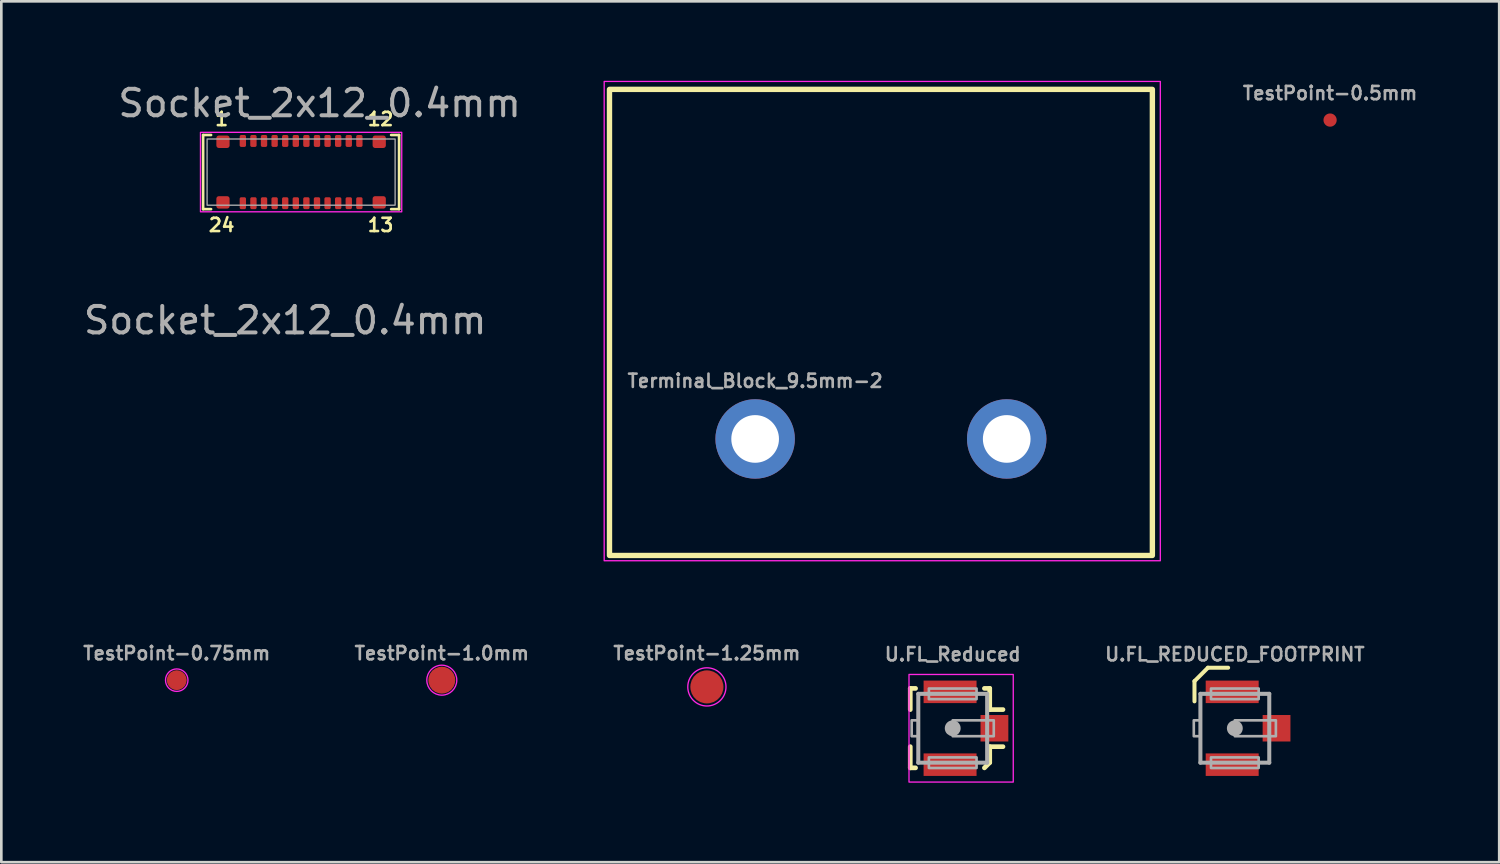
<source format=kicad_pcb>
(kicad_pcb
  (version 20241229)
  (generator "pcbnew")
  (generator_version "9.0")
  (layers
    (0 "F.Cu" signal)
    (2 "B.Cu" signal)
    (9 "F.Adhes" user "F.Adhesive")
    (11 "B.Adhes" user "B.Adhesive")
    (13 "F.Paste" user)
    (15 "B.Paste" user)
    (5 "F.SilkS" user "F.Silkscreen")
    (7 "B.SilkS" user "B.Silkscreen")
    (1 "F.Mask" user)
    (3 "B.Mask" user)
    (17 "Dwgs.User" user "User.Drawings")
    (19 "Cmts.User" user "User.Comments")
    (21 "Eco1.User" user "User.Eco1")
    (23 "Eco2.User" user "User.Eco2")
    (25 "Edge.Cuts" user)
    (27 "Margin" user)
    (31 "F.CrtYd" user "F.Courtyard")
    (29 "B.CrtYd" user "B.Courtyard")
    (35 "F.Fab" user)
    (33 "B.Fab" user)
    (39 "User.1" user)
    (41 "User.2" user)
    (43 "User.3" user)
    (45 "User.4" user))
  (footprint "Socket_2x12_0.4mm"
    (layer "F.Cu")
    (at 8.32 3.448)
    (property "Reference" "Socket_2x12_0.4mm" (at 0.7 -2.6 0) (unlocked yes) (layer "F.Fab") (effects (font (size 1 1) (thickness 0.15))))
    (attr smd)
    (fp_line (start -3.7 1.4) (end -3.7 -1.4) (stroke (width 0.1) (type default)) (layer "F.SilkS"))
    (fp_line (start -3.4 -1.4) (end -3.7 -1.4) (stroke (width 0.1) (type default)) (layer "F.SilkS"))
    (fp_line (start -3.4 1.4) (end -3.7 1.4) (stroke (width 0.1) (type default)) (layer "F.SilkS"))
    (fp_line (start 3.4 -1.4) (end 3.7 -1.4) (stroke (width 0.1) (type default)) (layer "F.SilkS"))
    (fp_line (start 3.4 1.4) (end 3.7 1.4) (stroke (width 0.1) (type default)) (layer "F.SilkS"))
    (fp_line (start 3.7 -1.4) (end 3.7 1.4) (stroke (width 0.1) (type default)) (layer "F.SilkS"))
    (fp_rect (start -3.8 -1.5) (end 3.8 1.5) (stroke (width 0.05) (type default)) (fill no) (layer "F.CrtYd"))
    (fp_rect (start -3.55 -1.25) (end 3.55 1.25) (stroke (width 0.05) (type default)) (fill no) (layer "F.Fab"))
    (fp_text user "24" (at -3 2 0) (unlocked yes) (layer "F.SilkS") (effects (font (size 0.5 0.5) (thickness 0.1))))
    (fp_text user "1" (at -3 -2 0) (unlocked yes) (layer "F.SilkS") (effects (font (size 0.5 0.5) (thickness 0.1))))
    (fp_text user "13" (at 3 2 0) (unlocked yes) (layer "F.SilkS") (effects (font (size 0.5 0.5) (thickness 0.1))))
    (fp_text user "12" (at 3 -2 0) (unlocked yes) (layer "F.SilkS") (effects (font (size 0.5 0.5) (thickness 0.1))))
    (fp_text user "${REFERENCE}" (at -0.6 5.6 0) (unlocked yes) (layer "F.Fab") (effects (font (size 1 1) (thickness 0.15))))
    (pad "1" smd roundrect (at -2.2 -1.175 180) (size 0.24 0.45) (layers "F.Cu" "F.Mask" "F.Paste") (roundrect_rratio 0.25))
    (pad "2" smd roundrect (at -1.8 -1.175 180) (size 0.24 0.45) (layers "F.Cu" "F.Mask" "F.Paste") (roundrect_rratio 0.25))
    (pad "3" smd roundrect (at -1.4 -1.175 180) (size 0.24 0.45) (layers "F.Cu" "F.Mask" "F.Paste") (roundrect_rratio 0.25))
    (pad "4" smd roundrect (at -1 -1.175 180) (size 0.24 0.45) (layers "F.Cu" "F.Mask" "F.Paste") (roundrect_rratio 0.25))
    (pad "5" smd roundrect (at -0.6 -1.175 180) (size 0.24 0.45) (layers "F.Cu" "F.Mask" "F.Paste") (roundrect_rratio 0.25))
    (pad "6" smd roundrect (at -0.2 -1.175 180) (size 0.24 0.45) (layers "F.Cu" "F.Mask" "F.Paste") (roundrect_rratio 0.25))
    (pad "7" smd roundrect (at 0.2 -1.175 180) (size 0.24 0.45) (layers "F.Cu" "F.Mask" "F.Paste") (roundrect_rratio 0.25))
    (pad "8" smd roundrect (at 0.6 -1.175 180) (size 0.24 0.45) (layers "F.Cu" "F.Mask" "F.Paste") (roundrect_rratio 0.25))
    (pad "9" smd roundrect (at 1 -1.175 180) (size 0.24 0.45) (layers "F.Cu" "F.Mask" "F.Paste") (roundrect_rratio 0.25))
    (pad "10" smd roundrect (at 1.4 -1.175 180) (size 0.24 0.45) (layers "F.Cu" "F.Mask" "F.Paste") (roundrect_rratio 0.25))
    (pad "11" smd roundrect (at 1.8 -1.175 180) (size 0.24 0.45) (layers "F.Cu" "F.Mask" "F.Paste") (roundrect_rratio 0.25))
    (pad "12" smd roundrect (at 2.2 -1.175 180) (size 0.24 0.45) (layers "F.Cu" "F.Mask" "F.Paste") (roundrect_rratio 0.25))
    (pad "13" smd roundrect (at 2.2 1.175 180) (size 0.24 0.45) (layers "F.Cu" "F.Mask" "F.Paste") (roundrect_rratio 0.25))
    (pad "14" smd roundrect (at 1.8 1.175 180) (size 0.24 0.45) (layers "F.Cu" "F.Mask" "F.Paste") (roundrect_rratio 0.25))
    (pad "15" smd roundrect (at 1.4 1.175 180) (size 0.24 0.45) (layers "F.Cu" "F.Mask" "F.Paste") (roundrect_rratio 0.25))
    (pad "16" smd roundrect (at 1 1.175 180) (size 0.24 0.45) (layers "F.Cu" "F.Mask" "F.Paste") (roundrect_rratio 0.25))
    (pad "17" smd roundrect (at 0.6 1.175 180) (size 0.24 0.45) (layers "F.Cu" "F.Mask" "F.Paste") (roundrect_rratio 0.25))
    (pad "18" smd roundrect (at 0.2 1.175 180) (size 0.24 0.45) (layers "F.Cu" "F.Mask" "F.Paste") (roundrect_rratio 0.25))
    (pad "19" smd roundrect (at -0.2 1.175 180) (size 0.24 0.45) (layers "F.Cu" "F.Mask" "F.Paste") (roundrect_rratio 0.25))
    (pad "20" smd roundrect (at -0.6 1.175 180) (size 0.24 0.45) (layers "F.Cu" "F.Mask" "F.Paste") (roundrect_rratio 0.25))
    (pad "21" smd roundrect (at -1 1.175 180) (size 0.24 0.45) (layers "F.Cu" "F.Mask" "F.Paste") (roundrect_rratio 0.25))
    (pad "22" smd roundrect (at -1.4 1.175 180) (size 0.24 0.45) (layers "F.Cu" "F.Mask" "F.Paste") (roundrect_rratio 0.25))
    (pad "23" smd roundrect (at -1.8 1.175 180) (size 0.24 0.45) (layers "F.Cu" "F.Mask" "F.Paste") (roundrect_rratio 0.25))
    (pad "24" smd roundrect (at -2.2 1.175 180) (size 0.24 0.45) (layers "F.Cu" "F.Mask" "F.Paste") (roundrect_rratio 0.25))
    (pad "M1" smd roundrect (at 2.95 1.145 180) (size 0.5 0.47) (layers "F.Cu" "F.Mask" "F.Paste") (roundrect_rratio 0.2))
    (pad "M2" smd roundrect (at 2.95 -1.145 180) (size 0.5 0.47) (layers "F.Cu" "F.Mask" "F.Paste") (roundrect_rratio 0.2))
    (pad "M3" smd roundrect (at -2.95 -1.145 180) (size 0.5 0.47) (layers "F.Cu" "F.Mask" "F.Paste") (roundrect_rratio 0.2))
    (pad "M4" smd roundrect (at -2.95 1.145 180) (size 0.5 0.47) (layers "F.Cu" "F.Mask" "F.Paste") (roundrect_rratio 0.2))
    (zone (net_name "") (layers "F.Cu" "F.CrtYd") (hatch edge 0.5) (connect_pads) (min_thickness 0.25) (filled_areas_thickness no) (keepout (tracks not_allowed) (vias not_allowed) (pads not_allowed) (copperpour not_allowed) (footprints allowed)) (placement (enabled no)) (fill) (polygon (pts (xy 5.945 2.498) (xy 5.945 3.248) (xy 6.295 3.248) (xy 6.295 2.498))))
    (zone (net_name "") (layers "F.Cu" "F.CrtYd") (hatch edge 0.5) (connect_pads) (min_thickness 0.25) (filled_areas_thickness no) (keepout (tracks not_allowed) (vias not_allowed) (pads not_allowed) (copperpour not_allowed) (footprints allowed)) (placement (enabled no)) (fill) (polygon (pts (xy 5.945 3.648) (xy 5.945 4.398) (xy 6.295 4.398) (xy 6.295 3.648))))
    (zone (net_name "") (layers "F.Cu" "F.CrtYd") (hatch edge 0.5) (connect_pads) (min_thickness 0.25) (filled_areas_thickness no) (keepout (tracks not_allowed) (vias not_allowed) (pads not_allowed) (copperpour not_allowed) (footprints allowed)) (placement (enabled no)) (fill) (polygon (pts (xy 6.345 2.498) (xy 6.345 3.248) (xy 6.695 3.248) (xy 6.695 2.498))))
    (zone (net_name "") (layers "F.Cu" "F.CrtYd") (hatch edge 0.5) (connect_pads) (min_thickness 0.25) (filled_areas_thickness no) (keepout (tracks not_allowed) (vias not_allowed) (pads not_allowed) (copperpour not_allowed) (footprints allowed)) (placement (enabled no)) (fill) (polygon (pts (xy 6.345 3.648) (xy 6.345 4.398) (xy 6.695 4.398) (xy 6.695 3.648))))
    (zone (net_name "") (layers "F.Cu" "F.CrtYd") (hatch edge 0.5) (connect_pads) (min_thickness 0.25) (filled_areas_thickness no) (keepout (tracks not_allowed) (vias not_allowed) (pads not_allowed) (copperpour not_allowed) (footprints allowed)) (placement (enabled no)) (fill) (polygon (pts (xy 6.745 2.498) (xy 6.745 3.248) (xy 7.095 3.248) (xy 7.095 2.498))))
    (zone (net_name "") (layers "F.Cu" "F.CrtYd") (hatch edge 0.5) (connect_pads) (min_thickness 0.25) (filled_areas_thickness no) (keepout (tracks not_allowed) (vias not_allowed) (pads not_allowed) (copperpour not_allowed) (footprints allowed)) (placement (enabled no)) (fill) (polygon (pts (xy 6.745 3.648) (xy 6.745 4.398) (xy 7.095 4.398) (xy 7.095 3.648))))
    (zone (net_name "") (layers "F.Cu" "F.CrtYd") (hatch edge 0.5) (connect_pads) (min_thickness 0.25) (filled_areas_thickness no) (keepout (tracks not_allowed) (vias not_allowed) (pads not_allowed) (copperpour not_allowed) (footprints allowed)) (placement (enabled no)) (fill) (polygon (pts (xy 7.145 2.498) (xy 7.145 3.248) (xy 7.495 3.248) (xy 7.495 2.498))))
    (zone (net_name "") (layers "F.Cu" "F.CrtYd") (hatch edge 0.5) (connect_pads) (min_thickness 0.25) (filled_areas_thickness no) (keepout (tracks not_allowed) (vias not_allowed) (pads not_allowed) (copperpour not_allowed) (footprints allowed)) (placement (enabled no)) (fill) (polygon (pts (xy 7.145 3.648) (xy 7.145 4.398) (xy 7.495 4.398) (xy 7.495 3.648))))
    (zone (net_name "") (layers "F.Cu" "F.CrtYd") (hatch edge 0.5) (connect_pads) (min_thickness 0.25) (filled_areas_thickness no) (keepout (tracks not_allowed) (vias not_allowed) (pads not_allowed) (copperpour not_allowed) (footprints allowed)) (placement (enabled no)) (fill) (polygon (pts (xy 7.545 2.498) (xy 7.545 3.248) (xy 7.895 3.248) (xy 7.895 2.498))))
    (zone (net_name "") (layers "F.Cu" "F.CrtYd") (hatch edge 0.5) (connect_pads) (min_thickness 0.25) (filled_areas_thickness no) (keepout (tracks not_allowed) (vias not_allowed) (pads not_allowed) (copperpour not_allowed) (footprints allowed)) (placement (enabled no)) (fill) (polygon (pts (xy 7.545 3.648) (xy 7.545 4.398) (xy 7.895 4.398) (xy 7.895 3.648))))
    (zone (net_name "") (layers "F.Cu" "F.CrtYd") (hatch edge 0.5) (connect_pads) (min_thickness 0.25) (filled_areas_thickness no) (keepout (tracks not_allowed) (vias not_allowed) (pads not_allowed) (copperpour not_allowed) (footprints allowed)) (placement (enabled no)) (fill) (polygon (pts (xy 7.945 2.498) (xy 7.945 3.248) (xy 8.295 3.248) (xy 8.295 2.498))))
    (zone (net_name "") (layers "F.Cu" "F.CrtYd") (hatch edge 0.5) (connect_pads) (min_thickness 0.25) (filled_areas_thickness no) (keepout (tracks not_allowed) (vias not_allowed) (pads not_allowed) (copperpour not_allowed) (footprints allowed)) (placement (enabled no)) (fill) (polygon (pts (xy 7.945 3.648) (xy 7.945 4.398) (xy 8.295 4.398) (xy 8.295 3.648))))
    (zone (net_name "") (layers "F.Cu" "F.CrtYd") (hatch edge 0.5) (connect_pads) (min_thickness 0.25) (filled_areas_thickness no) (keepout (tracks not_allowed) (vias not_allowed) (pads not_allowed) (copperpour not_allowed) (footprints allowed)) (placement (enabled no)) (fill) (polygon (pts (xy 8.345 2.498) (xy 8.345 3.248) (xy 8.695 3.248) (xy 8.695 2.498))))
    (zone (net_name "") (layers "F.Cu" "F.CrtYd") (hatch edge 0.5) (connect_pads) (min_thickness 0.25) (filled_areas_thickness no) (keepout (tracks not_allowed) (vias not_allowed) (pads not_allowed) (copperpour not_allowed) (footprints allowed)) (placement (enabled no)) (fill) (polygon (pts (xy 8.345 3.648) (xy 8.345 4.398) (xy 8.695 4.398) (xy 8.695 3.648))))
    (zone (net_name "") (layers "F.Cu" "F.CrtYd") (hatch edge 0.5) (connect_pads) (min_thickness 0.25) (filled_areas_thickness no) (keepout (tracks not_allowed) (vias not_allowed) (pads not_allowed) (copperpour not_allowed) (footprints allowed)) (placement (enabled no)) (fill) (polygon (pts (xy 8.745 2.498) (xy 8.745 3.248) (xy 9.095 3.248) (xy 9.095 2.498))))
    (zone (net_name "") (layers "F.Cu" "F.CrtYd") (hatch edge 0.5) (connect_pads) (min_thickness 0.25) (filled_areas_thickness no) (keepout (tracks not_allowed) (vias not_allowed) (pads not_allowed) (copperpour not_allowed) (footprints allowed)) (placement (enabled no)) (fill) (polygon (pts (xy 8.745 3.648) (xy 8.745 4.398) (xy 9.095 4.398) (xy 9.095 3.648))))
    (zone (net_name "") (layers "F.Cu" "F.CrtYd") (hatch edge 0.5) (connect_pads) (min_thickness 0.25) (filled_areas_thickness no) (keepout (tracks not_allowed) (vias not_allowed) (pads not_allowed) (copperpour not_allowed) (footprints allowed)) (placement (enabled no)) (fill) (polygon (pts (xy 9.145 2.498) (xy 9.145 3.248) (xy 9.495 3.248) (xy 9.495 2.498))))
    (zone (net_name "") (layers "F.Cu" "F.CrtYd") (hatch edge 0.5) (connect_pads) (min_thickness 0.25) (filled_areas_thickness no) (keepout (tracks not_allowed) (vias not_allowed) (pads not_allowed) (copperpour not_allowed) (footprints allowed)) (placement (enabled no)) (fill) (polygon (pts (xy 9.145 3.648) (xy 9.145 4.398) (xy 9.495 4.398) (xy 9.495 3.648))))
    (zone (net_name "") (layers "F.Cu" "F.CrtYd") (hatch edge 0.5) (connect_pads) (min_thickness 0.25) (filled_areas_thickness no) (keepout (tracks not_allowed) (vias not_allowed) (pads not_allowed) (copperpour not_allowed) (footprints allowed)) (placement (enabled no)) (fill) (polygon (pts (xy 9.545 2.498) (xy 9.545 3.248) (xy 9.895 3.248) (xy 9.895 2.498))))
    (zone (net_name "") (layers "F.Cu" "F.CrtYd") (hatch edge 0.5) (connect_pads) (min_thickness 0.25) (filled_areas_thickness no) (keepout (tracks not_allowed) (vias not_allowed) (pads not_allowed) (copperpour not_allowed) (footprints allowed)) (placement (enabled no)) (fill) (polygon (pts (xy 9.545 3.648) (xy 9.545 4.398) (xy 9.895 4.398) (xy 9.895 3.648))))
    (zone (net_name "") (layers "F.Cu" "F.CrtYd") (hatch edge 0.5) (connect_pads) (min_thickness 0.25) (filled_areas_thickness no) (keepout (tracks not_allowed) (vias not_allowed) (pads not_allowed) (copperpour not_allowed) (footprints allowed)) (placement (enabled no)) (fill) (polygon (pts (xy 9.945 2.498) (xy 9.945 3.248) (xy 10.295 3.248) (xy 10.295 2.498))))
    (zone (net_name "") (layers "F.Cu" "F.CrtYd") (hatch edge 0.5) (connect_pads) (min_thickness 0.25) (filled_areas_thickness no) (keepout (tracks not_allowed) (vias not_allowed) (pads not_allowed) (copperpour not_allowed) (footprints allowed)) (placement (enabled no)) (fill) (polygon (pts (xy 9.945 3.648) (xy 9.945 4.398) (xy 10.295 4.398) (xy 10.295 3.648))))
    (zone (net_name "") (layers "F.Cu" "F.CrtYd") (hatch edge 0.5) (connect_pads) (min_thickness 0.25) (filled_areas_thickness no) (keepout (tracks not_allowed) (vias not_allowed) (pads not_allowed) (copperpour not_allowed) (footprints allowed)) (placement (enabled no)) (fill) (polygon (pts (xy 10.345 2.498) (xy 10.345 3.248) (xy 10.695 3.248) (xy 10.695 2.498))))
    (zone (net_name "") (layers "F.Cu" "F.CrtYd") (hatch edge 0.5) (connect_pads) (min_thickness 0.25) (filled_areas_thickness no) (keepout (tracks not_allowed) (vias not_allowed) (pads not_allowed) (copperpour not_allowed) (footprints allowed)) (placement (enabled no)) (fill) (polygon (pts (xy 10.345 3.648) (xy 10.345 4.398) (xy 10.695 4.398) (xy 10.695 3.648)))))
  (footprint "TestPoint-1.0mm"
    (layer "F.Cu")
    (at 13.633 22.634)
    (property "Reference" "TestPoint-1.0mm" (at 0 -1.016 0) (layer "F.Fab") (effects (font (size 0.5 0.5) (thickness 0.1) (bold yes))))
    (fp_circle (center 0 0) (end -0.4 0.4) (stroke (width 0.05) (type default)) (fill no) (layer "F.CrtYd"))
    (pad "1" smd roundrect (at 0 0) (size 1.016 1.016) (layers "F.Cu" "F.Mask") (roundrect_rratio 0.5)))
  (footprint "TestPoint-0.75mm"
    (layer "F.Cu")
    (at 3.624 22.634)
    (property "Reference" "TestPoint-0.75mm" (at 0 -1.016 0) (layer "F.Fab") (effects (font (size 0.5 0.5) (thickness 0.1) (bold yes))))
    (fp_circle (center 0 0) (end -0.3 0.3) (stroke (width 0.05) (type default)) (fill no) (layer "F.CrtYd"))
    (pad "1" smd roundrect (at 0 0) (size 0.75 0.75) (layers "F.Cu" "F.Mask") (roundrect_rratio 0.5)))
  (footprint "TestPoint-1.25mm"
    (layer "F.Cu")
    (at 23.643 22.888)
    (property "Reference" "TestPoint-1.25mm" (at 0 -1.27 0) (layer "F.Fab") (effects (font (size 0.5 0.5) (thickness 0.1) (bold yes))))
    (fp_circle (center 0 0) (end -0.6 0.4) (stroke (width 0.05) (type default)) (fill no) (layer "F.CrtYd"))
    (pad "1" smd roundrect (at 0 0) (size 1.25 1.25) (layers "F.Cu" "F.Mask") (roundrect_rratio 0.5)))
  (footprint "Terminal_Block_9.5mm-2"
    (layer "F.Cu")
    (at 25.465 13.525)
    (property "Reference" "Terminal_Block_9.5mm-2" (at 0 -1.9 0) (layer "F.Fab") (effects (font (size 0.5 0.5) (thickness 0.1)) (justify bottom)))
    (fp_rect (start -5.5 -13.2) (end 15 4.4) (stroke (width 0.203) (type default)) (fill no) (layer "F.SilkS"))
    (fp_rect (start 15.3 -13.5) (end -5.7 4.6) (stroke (width 0.05) (type default)) (fill no) (layer "F.CrtYd"))
    (pad "1" thru_hole circle (at 0 0) (size 3 3) (drill 1.8) (layers "*.Cu" "*.Mask"))
    (pad "2" thru_hole circle (at 9.5 0) (size 3 3) (drill 1.8) (layers "*.Cu" "*.Mask")))
  (footprint "TestPoint-0.5mm"
    (layer "F.Cu")
    (at 47.176 1.484)
    (property "Reference" "TestPoint-0.5mm" (at 0 -1.016 0) (layer "F.Fab") (effects (font (size 0.5 0.5) (thickness 0.1) (bold yes))))
    (pad "1" smd circle (at 0 0) (size 0.5 0.5) (layers "F.Cu" "F.Mask")))
  (footprint "U.FL_Reduced"
    (layer "F.Cu")
    (at 32.926 24.45)
    (property "Reference" "U.FL_Reduced" (at 0 -2.5 0) (layer "F.Fab") (effects (font (size 0.5 0.5) (thickness 0.1) (bold yes)) (justify bottom)))
    (attr smd)
    (fp_line (start -1.603 -1.505) (end -1.403 -1.505) (stroke (width 0.178) (type solid)) (layer "F.SilkS"))
    (fp_line (start -1.603 -0.705) (end -1.603 -1.505) (stroke (width 0.178) (type solid)) (layer "F.SilkS"))
    (fp_line (start -1.603 1.495) (end -1.603 0.695) (stroke (width 0.178) (type solid)) (layer "F.SilkS"))
    (fp_line (start -1.403 1.495) (end -1.603 1.495) (stroke (width 0.178) (type solid)) (layer "F.SilkS"))
    (fp_line (start 1.197 -1.505) (end 1.397 -1.505) (stroke (width 0.178) (type solid)) (layer "F.SilkS"))
    (fp_line (start 1.397 -1.505) (end 1.397 -0.705) (stroke (width 0.178) (type solid)) (layer "F.SilkS"))
    (fp_line (start 1.397 -0.705) (end 1.897 -0.705) (stroke (width 0.178) (type solid)) (layer "F.SilkS"))
    (fp_line (start 1.397 0.695) (end 1.397 1.295) (stroke (width 0.178) (type solid)) (layer "F.SilkS"))
    (fp_line (start 1.397 0.695) (end 1.897 0.695) (stroke (width 0.178) (type solid)) (layer "F.SilkS"))
    (fp_line (start 1.397 1.295) (end 1.197 1.495) (stroke (width 0.178) (type solid)) (layer "F.SilkS"))
    (fp_poly (pts (xy -1.1 -1.05) (xy 0.9 -1.05) (xy 0.9 -1.75) (xy -1.1 -1.75)) (stroke (width 0) (type default)) (fill yes) (layer "F.Paste"))
    (fp_poly (pts (xy -1.1 1.75) (xy 0.9 1.75) (xy 0.9 1.05) (xy -1.1 1.05)) (stroke (width 0) (type default)) (fill yes) (layer "F.Paste"))
    (fp_poly (pts (xy 1.1 0.4) (xy 1.95 0.4) (xy 1.95 -0.4) (xy 1.1 -0.4)) (stroke (width 0) (type default)) (fill yes) (layer "F.Paste"))
    (fp_rect (start -1.651 -2.032) (end 2.286 2.032) (stroke (width 0.05) (type default)) (fill no) (layer "F.CrtYd"))
    (fp_line (start -1.3 -1.3) (end 1.3 -1.3) (stroke (width 0.152) (type solid)) (layer "F.Fab"))
    (fp_line (start -1.3 1.3) (end -1.3 -1.3) (stroke (width 0.152) (type solid)) (layer "F.Fab"))
    (fp_line (start -1.3 1.3) (end 1.3 1.3) (stroke (width 0.152) (type solid)) (layer "F.Fab"))
    (fp_line (start 1.3 1.3) (end 1.3 -1.3) (stroke (width 0.152) (type solid)) (layer "F.Fab"))
    (fp_circle (center 0 0) (end 0.15 0) (stroke (width 0.3) (type solid)) (fill no) (layer "F.Fab"))
    (fp_poly (pts (xy -1.55 0.3) (xy -1.3 0.3) (xy -1.3 -0.3) (xy -1.55 -0.3)) (stroke (width 0.1) (type default)) (fill no) (layer "F.Fab"))
    (fp_poly (pts (xy -0.9 -1.1) (xy 0.9 -1.1) (xy 0.9 -1.5) (xy -0.9 -1.5)) (stroke (width 0.1) (type default)) (fill no) (layer "F.Fab"))
    (fp_poly (pts (xy -0.9 1.5) (xy 0.9 1.5) (xy 0.9 1.1) (xy -0.9 1.1)) (stroke (width 0.1) (type default)) (fill no) (layer "F.Fab"))
    (fp_poly (pts (xy 0 0.3) (xy 1.55 0.3) (xy 1.55 -0.3) (xy 0 -0.3)) (stroke (width 0.1) (type default)) (fill no) (layer "F.Fab"))
    (pad "1" smd rect (at 1.575 0) (size 1.05 1) (layers "F.Cu" "F.Mask"))
    (pad "2" smd rect (at -0.1 -1.375) (size 2 0.85) (layers "F.Cu" "F.Mask"))
    (pad "2" smd rect (at -0.1 1.375) (size 2 0.85) (layers "F.Cu" "F.Mask"))
    (zone (net_name "") (layer "F.Cu") (hatch edge 0.5) (connect_pads) (min_thickness 0.25) (filled_areas_thickness no) (keepout (tracks not_allowed) (vias not_allowed) (pads not_allowed) (copperpour not_allowed) (footprints allowed)) (placement (enabled no)) (fill) (polygon (pts (xy 31.783 25.212) (xy 33.688 25.212) (xy 33.688 23.688) (xy 31.783 23.688)))))
  (footprint "U.FL_REDUCED_FOOTPRINT"
    (layer "F.Cu")
    (at 43.579 24.45)
    (property "Reference" "U.FL_REDUCED_FOOTPRINT" (at 0 -2.5 0) (layer "F.Fab") (effects (font (size 0.5 0.5) (thickness 0.1) (bold yes)) (justify bottom)))
    (fp_line (start -1.524 -1.778) (end -1.016 -2.286) (stroke (width 0.152) (type solid)) (layer "F.SilkS"))
    (fp_line (start -1.524 -1.016) (end -1.524 -1.778) (stroke (width 0.152) (type solid)) (layer "F.SilkS"))
    (fp_line (start -1.016 -2.286) (end -0.254 -2.286) (stroke (width 0.152) (type solid)) (layer "F.SilkS"))
    (fp_poly (pts (xy -1.1 -1.05) (xy 0.9 -1.05) (xy 0.9 -1.75) (xy -1.1 -1.75)) (stroke (width 0) (type default)) (fill yes) (layer "F.Paste"))
    (fp_poly (pts (xy -1.1 1.75) (xy 0.9 1.75) (xy 0.9 1.05) (xy -1.1 1.05)) (stroke (width 0) (type default)) (fill yes) (layer "F.Paste"))
    (fp_poly (pts (xy 1.1 0.4) (xy 1.95 0.4) (xy 1.95 -0.4) (xy 1.1 -0.4)) (stroke (width 0) (type default)) (fill yes) (layer "F.Paste"))
    (fp_line (start -1.3 -1.3) (end 1.3 -1.3) (stroke (width 0.152) (type solid)) (layer "F.Fab"))
    (fp_line (start -1.3 1.3) (end -1.3 -1.3) (stroke (width 0.152) (type solid)) (layer "F.Fab"))
    (fp_line (start -1.3 1.3) (end 1.3 1.3) (stroke (width 0.152) (type solid)) (layer "F.Fab"))
    (fp_line (start 1.3 1.3) (end 1.3 -1.3) (stroke (width 0.152) (type solid)) (layer "F.Fab"))
    (fp_circle (center 0 0) (end 0.15 0) (stroke (width 0.3) (type solid)) (fill no) (layer "F.Fab"))
    (fp_poly (pts (xy -1.55 0.3) (xy -1.3 0.3) (xy -1.3 -0.3) (xy -1.55 -0.3)) (stroke (width 0.1) (type default)) (fill no) (layer "F.Fab"))
    (fp_poly (pts (xy -0.9 -1.1) (xy 0.9 -1.1) (xy 0.9 -1.5) (xy -0.9 -1.5)) (stroke (width 0.1) (type default)) (fill no) (layer "F.Fab"))
    (fp_poly (pts (xy -0.9 1.5) (xy 0.9 1.5) (xy 0.9 1.1) (xy -0.9 1.1)) (stroke (width 0.1) (type default)) (fill no) (layer "F.Fab"))
    (fp_poly (pts (xy 0 0.3) (xy 1.55 0.3) (xy 1.55 -0.3) (xy 0 -0.3)) (stroke (width 0.1) (type default)) (fill no) (layer "F.Fab"))
    (pad "1" smd rect (at -0.1 -1.375) (size 2 0.85) (layers "F.Cu" "F.Mask"))
    (pad "2" smd rect (at -0.1 1.375) (size 2 0.85) (layers "F.Cu" "F.Mask"))
    (pad "FEED" smd rect (at 1.575 0) (size 1.05 1) (layers "F.Cu" "F.Mask"))
    (zone (net_name "") (layer "F.Cu") (hatch edge 0.5) (connect_pads) (min_thickness 0.25) (filled_areas_thickness no) (keepout (tracks not_allowed) (vias not_allowed) (pads not_allowed) (copperpour not_allowed) (footprints allowed)) (placement (enabled no)) (fill) (polygon (pts (xy 42.436 25.212) (xy 44.341 25.212) (xy 44.341 23.688) (xy 42.436 23.688)))))
  (gr_rect
    (start -3 -3)
    (end 53.562 29.507)
    (stroke (width 0.1) (type default))
    (fill no)
    (layer "Edge.Cuts")))
</source>
